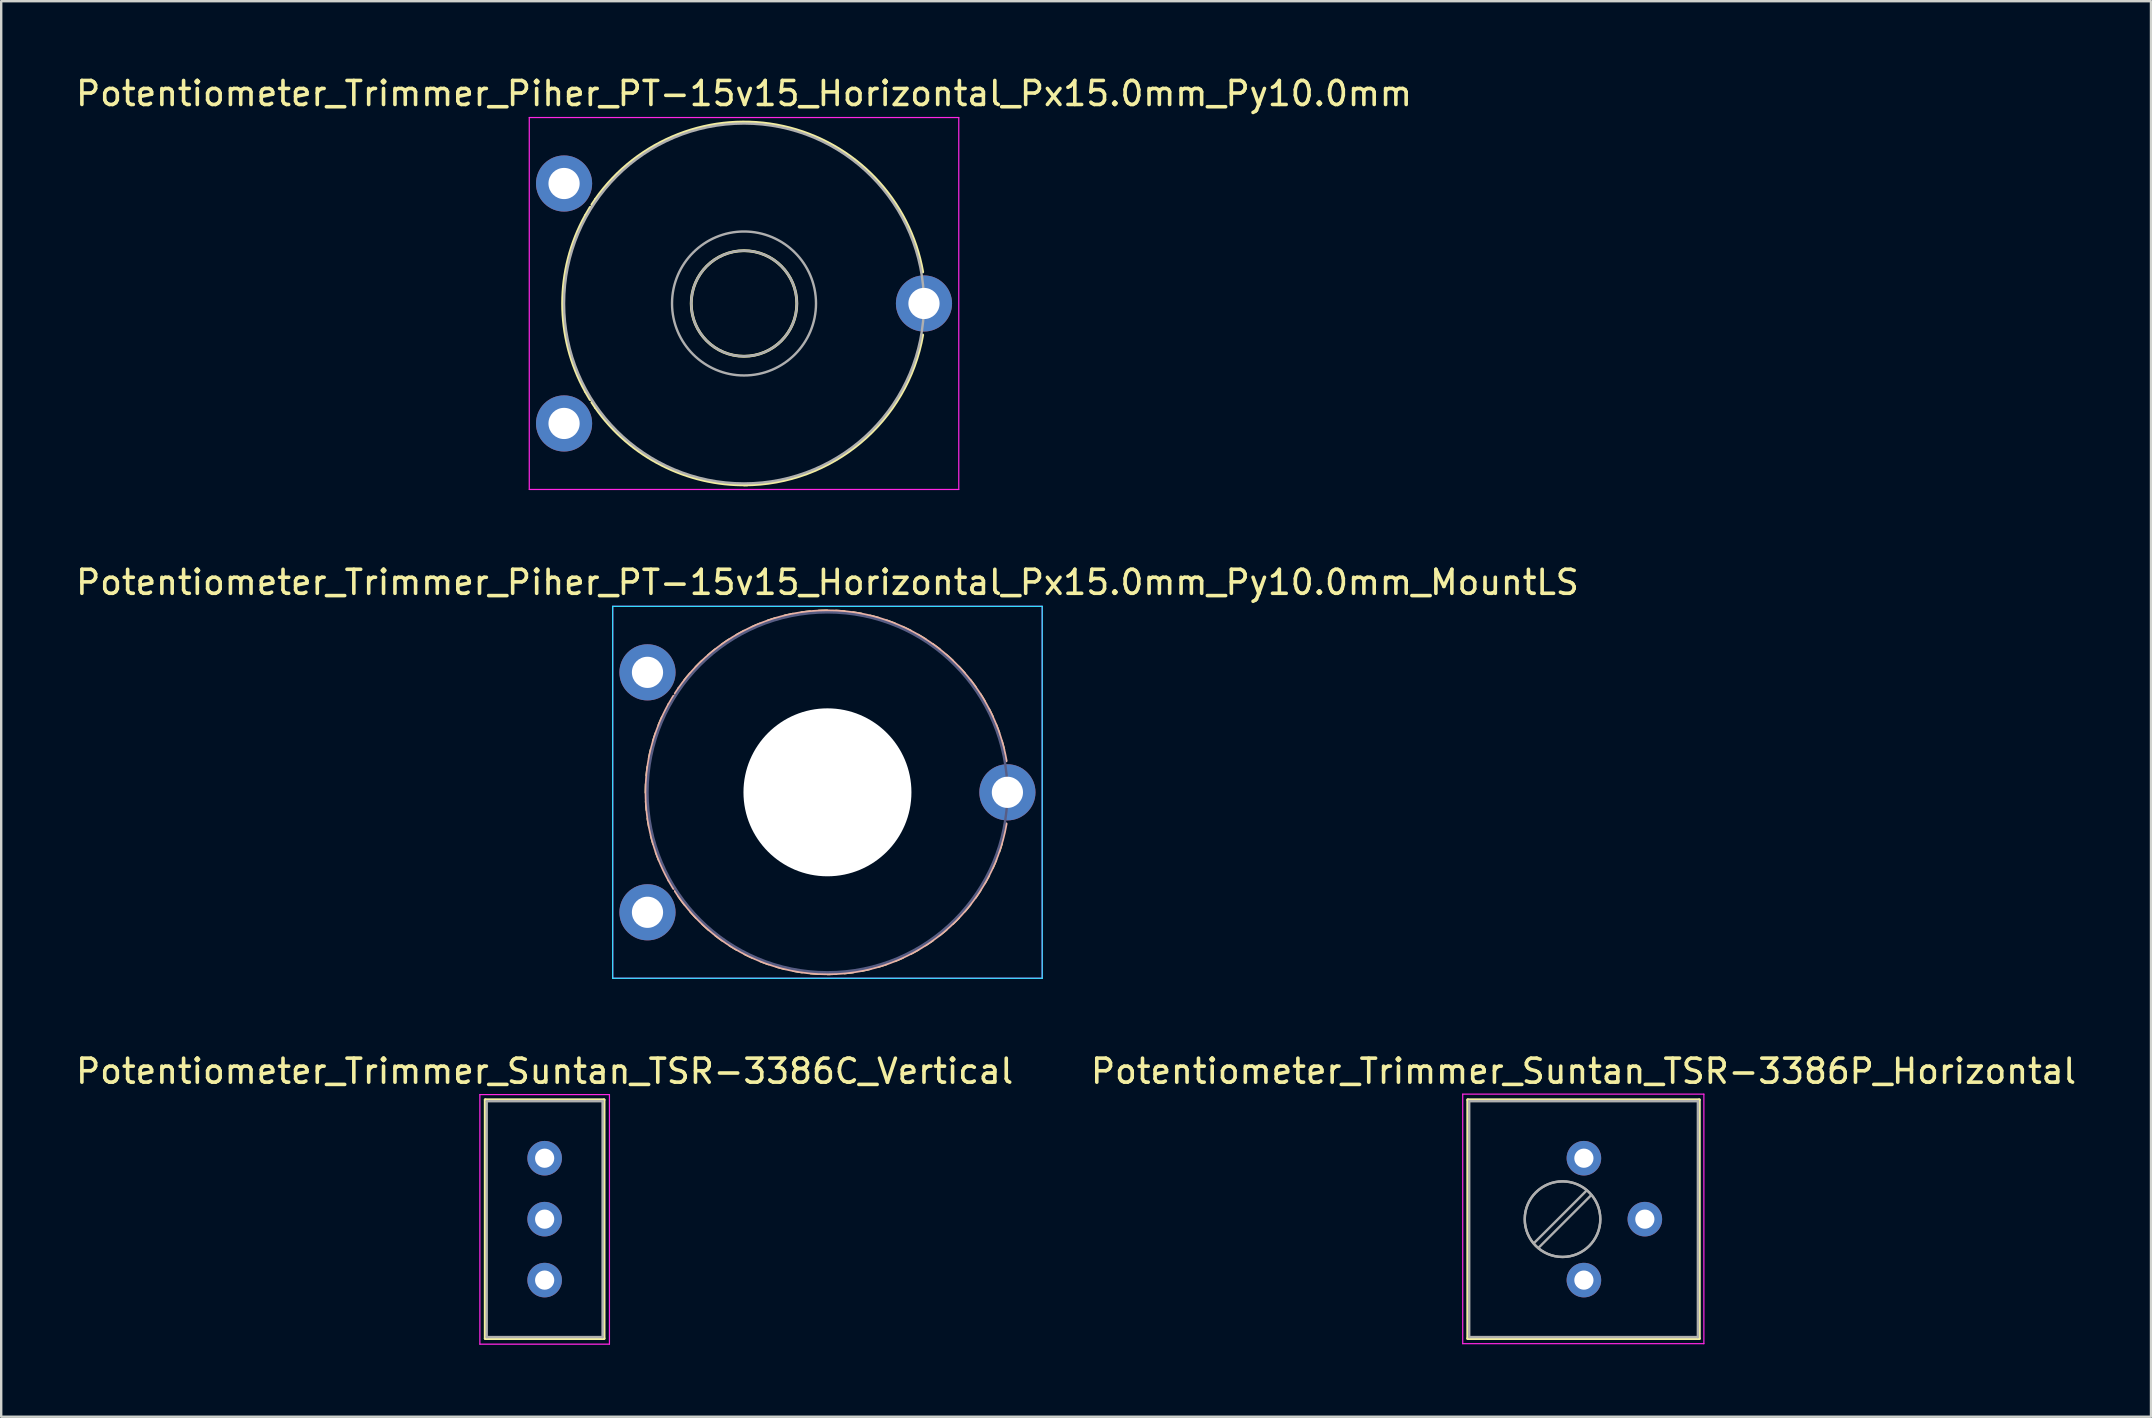
<source format=kicad_pcb>
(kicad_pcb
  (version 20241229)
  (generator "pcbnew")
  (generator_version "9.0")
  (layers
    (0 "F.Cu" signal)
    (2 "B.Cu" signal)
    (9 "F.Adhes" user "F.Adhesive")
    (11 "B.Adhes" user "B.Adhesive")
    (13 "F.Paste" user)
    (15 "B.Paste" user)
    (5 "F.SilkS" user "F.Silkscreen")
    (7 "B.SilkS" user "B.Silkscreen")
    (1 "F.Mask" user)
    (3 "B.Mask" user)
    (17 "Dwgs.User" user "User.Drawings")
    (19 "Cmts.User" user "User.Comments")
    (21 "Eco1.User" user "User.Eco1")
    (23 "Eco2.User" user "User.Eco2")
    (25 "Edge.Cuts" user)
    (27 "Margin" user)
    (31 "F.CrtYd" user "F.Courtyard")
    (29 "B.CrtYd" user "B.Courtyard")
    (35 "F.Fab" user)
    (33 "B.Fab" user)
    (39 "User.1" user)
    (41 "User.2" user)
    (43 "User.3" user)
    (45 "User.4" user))
  (footprint "Potentiometer_Trimmer_Piher_PT-15v15_Horizontal_Px15.0mm_Py10.0mm_MountLS"
    (layer "F.Cu")
    (at 23.935 34.971)
    (property "Reference" "Potentiometer_Trimmer_Piher_PT-15v15_Horizontal_Px15.0mm_Py10.0mm_MountLS" (at 7.5 -13.75 0) (layer "F.SilkS") (effects (font (size 1 1) (thickness 0.15))))
    (attr through_hole)
    (fp_arc (start -0.060867 -4.988822) (mid -0.059032 -5.166957) (end -0.053 -5.345) (stroke (width 0.12) (type solid)) (layer "F.SilkS"))
    (fp_arc (start -0.026718 -5.708229) (mid -0.007943 -5.88536) (end 0.015 -6.062) (stroke (width 0.12) (type solid)) (layer "F.SilkS"))
    (fp_arc (start -0.024953 -4.269715) (mid -0.04007 -4.447204) (end -0.051 -4.625) (stroke (width 0.12) (type solid)) (layer "F.SilkS"))
    (fp_arc (start 0.074828 -6.420804) (mid 0.110363 -6.595345) (end 0.15 -6.769) (stroke (width 0.12) (type solid)) (layer "F.SilkS"))
    (fp_arc (start 0.079697 -3.557855) (mid 0.04778 -3.733076) (end 0.02 -3.909) (stroke (width 0.12) (type solid)) (layer "F.SilkS"))
    (fp_arc (start 0.244053 -7.120552) (mid 0.296027 -7.290912) (end 0.352 -7.46) (stroke (width 0.12) (type solid)) (layer "F.SilkS"))
    (fp_arc (start 0.249802 -2.859092) (mid 0.201375 -3.030499) (end 0.157 -3.203) (stroke (width 0.12) (type solid)) (layer "F.SilkS"))
    (fp_arc (start 0.478291 -7.800341) (mid 0.546215 -7.964993) (end 0.618 -8.128) (stroke (width 0.12) (type solid)) (layer "F.SilkS"))
    (fp_arc (start 0.486126 -2.178469) (mid 0.421598 -2.344497) (end 0.361 -2.512) (stroke (width 0.12) (type solid)) (layer "F.SilkS"))
    (fp_arc (start 1.552598 -9.666019) (mid 1.664179 -9.804843) (end 1.779 -9.941) (stroke (width 0.12) (type solid)) (layer "F.SilkS"))
    (fp_arc (start 1.566046 -0.316273) (mid 1.457346 -0.457376) (end 1.352 -0.601) (stroke (width 0.12) (type solid)) (layer "F.SilkS"))
    (fp_arc (start 2.023411 -10.211803) (mid 2.14772 -10.339383) (end 2.275 -10.464) (stroke (width 0.12) (type solid)) (layer "F.SilkS"))
    (fp_arc (start 2.038166 0.22709) (mid 1.916533 0.09696) (end 1.798 -0.036) (stroke (width 0.12) (type solid)) (layer "F.SilkS"))
    (fp_arc (start 2.543574 -10.708858) (mid 2.679449 -10.824046) (end 2.818 -10.936) (stroke (width 0.12) (type solid)) (layer "F.SilkS"))
    (fp_arc (start 2.560109 0.723054) (mid 2.426646 0.605083) (end 2.296 0.484) (stroke (width 0.12) (type solid)) (layer "F.SilkS"))
    (fp_arc (start 3.109233 -11.153998) (mid 3.255438 -11.255735) (end 3.404 -11.354) (stroke (width 0.12) (type solid)) (layer "F.SilkS"))
    (fp_arc (start 3.126644 1.166859) (mid 2.982568 1.062112) (end 2.841 0.954) (stroke (width 0.12) (type solid)) (layer "F.SilkS"))
    (fp_arc (start 3.714536 -11.543945) (mid 3.86976 -11.631313) (end 4.027 -11.715) (stroke (width 0.12) (type solid)) (layer "F.SilkS"))
    (fp_arc (start 3.732589 1.554746) (mid 3.579206 1.464167) (end 3.428 1.37) (stroke (width 0.12) (type solid)) (layer "F.SilkS"))
    (fp_arc (start 4.353678 -11.874419) (mid 4.516511 -11.946637) (end 4.681 -12.015) (stroke (width 0.12) (type solid)) (layer "F.SilkS"))
    (fp_arc (start 4.37276 1.882954) (mid 4.211467 1.807366) (end 4.052 1.728) (stroke (width 0.12) (type solid)) (layer "F.SilkS"))
    (fp_arc (start 5.021806 -12.14219) (mid 5.190762 -12.198593) (end 5.361 -12.251) (stroke (width 0.12) (type solid)) (layer "F.SilkS"))
    (fp_arc (start 5.041071 2.149769) (mid 4.873306 2.089853) (end 4.707 2.026) (stroke (width 0.12) (type solid)) (layer "F.SilkS"))
    (fp_arc (start 5.711975 -12.345927) (mid 5.885539 -12.386013) (end 6.06 -12.422) (stroke (width 0.12) (type solid)) (layer "F.SilkS"))
    (fp_arc (start 5.73229 2.35043) (mid 5.559606 2.306743) (end 5.388 2.259) (stroke (width 0.12) (type solid)) (layer "F.SilkS"))
    (fp_arc (start 6.418332 -12.482353) (mid 6.594915 -12.50576) (end 6.772 -12.525) (stroke (width 0.12) (type solid)) (layer "F.SilkS"))
    (fp_arc (start 6.439427 2.485269) (mid 6.26337 2.458204) (end 6.088 2.427) (stroke (width 0.12) (type solid)) (layer "F.SilkS"))
    (fp_arc (start 7.134885 -12.551183) (mid 7.312891 -12.557689) (end 7.491 -12.56) (stroke (width 0.12) (type solid)) (layer "F.SilkS"))
    (fp_arc (start 7.156393 2.55257) (mid 6.978552 2.542378) (end 6.801 2.528) (stroke (width 0.12) (type solid)) (layer "F.SilkS"))
    (fp_arc (start 7.854642 -12.55209) (mid 8.032469 -12.541639) (end 8.21 -12.527) (stroke (width 0.12) (type solid)) (layer "F.SilkS"))
    (fp_arc (start 7.856125 2.551607) (mid 7.678112 2.557901) (end 7.5 2.56) (stroke (width 0.12) (type solid)) (layer "F.SilkS"))
    (fp_arc (start 8.570609 -12.484742) (mid 8.746651 -12.457441) (end 8.922 -12.426) (stroke (width 0.12) (type solid)) (layer "F.SilkS"))
    (fp_arc (start 8.572725 2.483776) (mid 8.396111 2.506972) (end 8.219 2.526) (stroke (width 0.12) (type solid)) (layer "F.SilkS"))
    (fp_arc (start 9.277793 -12.348904) (mid 9.450438 -12.30498) (end 9.622 -12.257) (stroke (width 0.12) (type solid)) (layer "F.SilkS"))
    (fp_arc (start 9.280129 2.348302) (mid 9.10651 2.388202) (end 8.932 2.424) (stroke (width 0.12) (type solid)) (layer "F.SilkS"))
    (fp_arc (start 9.968108 -12.146197) (mid 10.135786 -12.086065) (end 10.302 -12.022) (stroke (width 0.12) (type solid)) (layer "F.SilkS"))
    (fp_arc (start 9.970345 2.145563) (mid 9.801311 2.20178) (end 9.631 2.254) (stroke (width 0.12) (type solid)) (layer "F.SilkS"))
    (fp_arc (start 10.636419 -11.879383) (mid 10.797625 -11.80358) (end 10.957 -11.724) (stroke (width 0.12) (type solid)) (layer "F.SilkS"))
    (fp_arc (start 10.63852 1.878792) (mid 10.475586 1.950826) (end 10.311 2.019) (stroke (width 0.12) (type solid)) (layer "F.SilkS"))
    (fp_arc (start 11.276637 -11.550175) (mid 11.429909 -11.45938) (end 11.581 -11.365) (stroke (width 0.12) (type solid)) (layer "F.SilkS"))
    (fp_arc (start 11.278661 1.54827) (mid 11.123336 1.635477) (end 10.966 1.719) (stroke (width 0.12) (type solid)) (layer "F.SilkS"))
    (fp_arc (start 11.882629 -11.16129) (mid 12.026571 -11.056326) (end 12.168 -10.948) (stroke (width 0.12) (type solid)) (layer "F.SilkS"))
    (fp_arc (start 11.884011 1.159322) (mid 11.737682 1.260899) (end 11.589 1.359) (stroke (width 0.12) (type solid)) (layer "F.SilkS"))
    (fp_arc (start 12.448212 -10.716439) (mid 12.581517 -10.598274) (end 12.712 -10.477) (stroke (width 0.12) (type solid)) (layer "F.SilkS"))
    (fp_arc (start 12.449717 0.715181) (mid 12.313695 0.830209) (end 12.175 0.942) (stroke (width 0.12) (type solid)) (layer "F.SilkS"))
    (fp_arc (start 12.96925 -10.21843) (mid 13.090677 -10.088127) (end 13.209 -9.955) (stroke (width 0.12) (type solid)) (layer "F.SilkS"))
    (fp_arc (start 12.970879 0.218079) (mid 12.846424 0.345523) (end 12.719 0.47) (stroke (width 0.12) (type solid)) (layer "F.SilkS"))
    (fp_arc (start 13.44137 -9.675067) (mid 13.549864 -9.533792) (end 13.655 -9.39) (stroke (width 0.12) (type solid)) (layer "F.SilkS"))
    (fp_arc (start 13.442784 -0.325754) (mid 13.331011 -0.187041) (end 13.216 -0.051) (stroke (width 0.12) (type solid)) (layer "F.SilkS"))
    (fp_arc (start 13.858437 -9.089063) (mid 13.95301 -8.938125) (end 14.044 -8.785) (stroke (width 0.12) (type solid)) (layer "F.SilkS"))
    (fp_arc (start 13.859629 -0.912041) (mid 13.761553 -0.763345) (end 13.66 -0.617) (stroke (width 0.12) (type solid)) (layer "F.SilkS"))
    (fp_arc (start 14.219171 -8.466364) (mid 14.298973 -8.3071) (end 14.375 -8.146) (stroke (width 0.12) (type solid)) (layer "F.SilkS"))
    (fp_arc (start 14.219698 -1.534694) (mid 14.136191 -1.377341) (end 14.049 -1.222) (stroke (width 0.12) (type solid)) (layer "F.SilkS"))
    (fp_arc (start 14.518341 -7.81173) (mid 14.582637 -7.645599) (end 14.643 -7.478) (stroke (width 0.12) (type solid)) (layer "F.SilkS"))
    (fp_arc (start 14.519183 -2.189529) (mid 14.451021 -2.024939) (end 14.379 -1.862) (stroke (width 0.12) (type solid)) (layer "F.SilkS"))
    (fp_arc (start 14.753666 -7.13106) (mid 14.80186 -6.959574) (end 14.846 -6.787) (stroke (width 0.12) (type solid)) (layer "F.SilkS"))
    (fp_arc (start 14.75442 -2.869365) (mid 14.702209 -2.699044) (end 14.646 -2.53) (stroke (width 0.12) (type solid)) (layer "F.SilkS"))
    (fp_arc (start 0.888607 -1.335708) (mid -0.058939 -5.000405) (end 0.889 -8.665) (stroke (width 0.12) (type solid)) (layer "B.SilkS"))
    (fp_arc (start 0.889127 -8.665036) (mid 0.987332 -8.836833) (end 1.09 -9.006) (stroke (width 0.12) (type solid)) (layer "B.SilkS"))
    (fp_arc (start 1.088873 -0.993977) (mid 0.986204 -1.163174) (end 0.888 -1.335) (stroke (width 0.12) (type solid)) (layer "B.SilkS"))
    (fp_arc (start 1.160448 -9.117261) (mid 1.23327 -9.227274) (end 1.308 -9.336) (stroke (width 0.12) (type solid)) (layer "B.SilkS"))
    (fp_arc (start 1.307159 -9.337393) (mid 9.137331 -12.381288) (end 14.946 -6.312) (stroke (width 0.12) (type solid)) (layer "B.SilkS"))
    (fp_arc (start 1.307543 -0.664245) (mid 1.232817 -0.772979) (end 1.16 -0.883) (stroke (width 0.12) (type solid)) (layer "B.SilkS"))
    (fp_arc (start 7.631625 2.55889) (mid 4.067534 1.735898) (end 1.307 -0.664) (stroke (width 0.12) (type solid)) (layer "B.SilkS"))
    (fp_arc (start 14.945147 -3.68722) (mid 12.359475 0.791296) (end 7.5 2.56) (stroke (width 0.12) (type solid)) (layer "B.SilkS"))
    (fp_line (start -1.45 -12.75) (end -1.45 2.75) (stroke (width 0.05) (type solid)) (layer "B.CrtYd"))
    (fp_line (start -1.45 2.75) (end 16.45 2.75) (stroke (width 0.05) (type solid)) (layer "B.CrtYd"))
    (fp_line (start 16.45 -12.75) (end -1.45 -12.75) (stroke (width 0.05) (type solid)) (layer "B.CrtYd"))
    (fp_line (start 16.45 2.75) (end 16.45 -12.75) (stroke (width 0.05) (type solid)) (layer "B.CrtYd"))
    (fp_line (start -1.45 -12.75) (end -1.45 2.75) (stroke (width 0.05) (type solid)) (layer "F.CrtYd"))
    (fp_line (start -1.45 2.75) (end 16.45 2.75) (stroke (width 0.05) (type solid)) (layer "F.CrtYd"))
    (fp_line (start 16.45 -12.75) (end -1.45 -12.75) (stroke (width 0.05) (type solid)) (layer "F.CrtYd"))
    (fp_line (start 16.45 2.75) (end 16.45 -12.75) (stroke (width 0.05) (type solid)) (layer "F.CrtYd"))
    (fp_circle (center 7.5 -5) (end 9.7 -5) (stroke (width 0.1) (type solid)) (fill no) (layer "B.Fab"))
    (fp_circle (center 7.5 -5) (end 10.5 -5) (stroke (width 0.1) (type solid)) (fill no) (layer "B.Fab"))
    (fp_circle (center 7.5 -5) (end 15 -5) (stroke (width 0.1) (type solid)) (fill no) (layer "B.Fab"))
    (pad "" np_thru_hole circle (at 7.5 -5) (size 7 7) (drill 7) (layers "*.Cu" "*.Mask"))
    (pad "1" thru_hole circle (at 0 0) (size 2.34 2.34) (drill 1.3) (layers "*.Cu" "*.Mask"))
    (pad "2" thru_hole circle (at 15 -5) (size 2.34 2.34) (drill 1.3) (layers "*.Cu" "*.Mask"))
    (pad "3" thru_hole circle (at 0 -10) (size 2.34 2.34) (drill 1.3) (layers "*.Cu" "*.Mask")))
  (footprint "Potentiometer_Trimmer_Suntan_TSR-3386C_Vertical"
    (layer "F.Cu")
    (at 19.649 45.22)
    (property "Reference" "Potentiometer_Trimmer_Suntan_TSR-3386C_Vertical" (at 0 -3.625 0) (layer "F.SilkS") (effects (font (size 1 1) (thickness 0.15))))
    (attr through_hole)
    (fp_line (start -2.475 -2.435) (end -2.475 7.515) (stroke (width 0.12) (type solid)) (layer "F.SilkS"))
    (fp_line (start -2.475 -2.435) (end 2.475 -2.435) (stroke (width 0.12) (type solid)) (layer "F.SilkS"))
    (fp_line (start -2.475 7.515) (end 2.475 7.515) (stroke (width 0.12) (type solid)) (layer "F.SilkS"))
    (fp_line (start 2.475 -2.435) (end 2.475 7.515) (stroke (width 0.12) (type solid)) (layer "F.SilkS"))
    (fp_line (start -2.7 -2.65) (end -2.7 7.75) (stroke (width 0.05) (type solid)) (layer "F.CrtYd"))
    (fp_line (start -2.7 7.75) (end 2.7 7.75) (stroke (width 0.05) (type solid)) (layer "F.CrtYd"))
    (fp_line (start 2.7 -2.65) (end -2.7 -2.65) (stroke (width 0.05) (type solid)) (layer "F.CrtYd"))
    (fp_line (start 2.7 7.75) (end 2.7 -2.65) (stroke (width 0.05) (type solid)) (layer "F.CrtYd"))
    (fp_line (start -2.415 -2.375) (end 2.415 -2.375) (stroke (width 0.1) (type solid)) (layer "F.Fab"))
    (fp_line (start -2.415 7.455) (end -2.415 -2.375) (stroke (width 0.1) (type solid)) (layer "F.Fab"))
    (fp_line (start 2.415 -2.375) (end 2.415 7.455) (stroke (width 0.1) (type solid)) (layer "F.Fab"))
    (fp_line (start 2.415 7.455) (end -2.415 7.455) (stroke (width 0.1) (type solid)) (layer "F.Fab"))
    (pad "1" thru_hole circle (at 0 0) (size 1.44 1.44) (drill 0.8) (layers "*.Cu" "*.Mask"))
    (pad "2" thru_hole circle (at 0 2.54) (size 1.44 1.44) (drill 0.8) (layers "*.Cu" "*.Mask"))
    (pad "3" thru_hole circle (at 0 5.08) (size 1.44 1.44) (drill 0.8) (layers "*.Cu" "*.Mask")))
  (footprint "Potentiometer_Trimmer_Suntan_TSR-3386P_Horizontal"
    (layer "F.Cu")
    (at 62.961 50.3)
    (property "Reference" "Potentiometer_Trimmer_Suntan_TSR-3386P_Horizontal" (at -0.015 -8.705 0) (layer "F.SilkS") (effects (font (size 1 1) (thickness 0.15))))
    (attr through_hole)
    (fp_line (start -4.84 -7.515) (end -4.84 2.435) (stroke (width 0.12) (type solid)) (layer "F.SilkS"))
    (fp_line (start -4.84 -7.515) (end 4.81 -7.515) (stroke (width 0.12) (type solid)) (layer "F.SilkS"))
    (fp_line (start -4.84 2.435) (end 4.81 2.435) (stroke (width 0.12) (type solid)) (layer "F.SilkS"))
    (fp_line (start 4.81 -7.515) (end 4.81 2.435) (stroke (width 0.12) (type solid)) (layer "F.SilkS"))
    (fp_line (start -5.05 -7.75) (end -5.05 2.65) (stroke (width 0.05) (type solid)) (layer "F.CrtYd"))
    (fp_line (start -5.05 2.65) (end 5 2.65) (stroke (width 0.05) (type solid)) (layer "F.CrtYd"))
    (fp_line (start 5 -7.75) (end -5.05 -7.75) (stroke (width 0.05) (type solid)) (layer "F.CrtYd"))
    (fp_line (start 5 2.65) (end 5 -7.75) (stroke (width 0.05) (type solid)) (layer "F.CrtYd"))
    (fp_line (start -4.78 -7.455) (end -4.78 2.375) (stroke (width 0.1) (type solid)) (layer "F.Fab"))
    (fp_line (start -4.78 2.375) (end 4.75 2.375) (stroke (width 0.1) (type solid)) (layer "F.Fab"))
    (fp_line (start 0.113 -3.734) (end -2.085 -1.537) (stroke (width 0.1) (type solid)) (layer "F.Fab"))
    (fp_line (start 0.305 -3.542) (end -1.893 -1.345) (stroke (width 0.1) (type solid)) (layer "F.Fab"))
    (fp_line (start 4.75 -7.455) (end -4.78 -7.455) (stroke (width 0.1) (type solid)) (layer "F.Fab"))
    (fp_line (start 4.75 2.375) (end 4.75 -7.455) (stroke (width 0.1) (type solid)) (layer "F.Fab"))
    (fp_circle (center -0.891 -2.54) (end 0.684 -2.54) (stroke (width 0.1) (type solid)) (fill no) (layer "F.Fab"))
    (fp_circle (center -0.89 -2.54) (end 0.685 -2.54) (stroke (width 0.1) (type solid)) (fill no) (layer "F.Fab"))
    (pad "1" thru_hole circle (at 0 0) (size 1.44 1.44) (drill 0.8) (layers "*.Cu" "*.Mask"))
    (pad "2" thru_hole circle (at 2.54 -2.54) (size 1.44 1.44) (drill 0.8) (layers "*.Cu" "*.Mask"))
    (pad "3" thru_hole circle (at 0 -5.08) (size 1.44 1.44) (drill 0.8) (layers "*.Cu" "*.Mask")))
  (footprint "Potentiometer_Trimmer_Piher_PT-15v15_Horizontal_Px15.0mm_Py10.0mm"
    (layer "F.Cu")
    (at 20.458 14.598)
    (property "Reference" "Potentiometer_Trimmer_Piher_PT-15v15_Horizontal_Px15.0mm_Py10.0mm" (at 7.5 -13.75 0) (layer "F.SilkS") (effects (font (size 1 1) (thickness 0.15))))
    (attr through_hole)
    (fp_arc (start 0.888607 -1.335708) (mid -0.058939 -5.000405) (end 0.889 -8.665) (stroke (width 0.12) (type solid)) (layer "F.SilkS"))
    (fp_arc (start 0.889127 -8.665036) (mid 0.987332 -8.836833) (end 1.09 -9.006) (stroke (width 0.12) (type solid)) (layer "F.SilkS"))
    (fp_arc (start 1.088873 -0.993977) (mid 0.986204 -1.163174) (end 0.888 -1.335) (stroke (width 0.12) (type solid)) (layer "F.SilkS"))
    (fp_arc (start 1.160448 -9.117261) (mid 1.23327 -9.227274) (end 1.308 -9.336) (stroke (width 0.12) (type solid)) (layer "F.SilkS"))
    (fp_arc (start 1.307159 -9.337393) (mid 9.137331 -12.381288) (end 14.946 -6.312) (stroke (width 0.12) (type solid)) (layer "F.SilkS"))
    (fp_arc (start 1.307543 -0.664245) (mid 1.232817 -0.772979) (end 1.16 -0.883) (stroke (width 0.12) (type solid)) (layer "F.SilkS"))
    (fp_arc (start 7.631625 2.55889) (mid 4.067534 1.735898) (end 1.307 -0.664) (stroke (width 0.12) (type solid)) (layer "F.SilkS"))
    (fp_arc (start 14.945147 -3.68722) (mid 12.359475 0.791296) (end 7.5 2.56) (stroke (width 0.12) (type solid)) (layer "F.SilkS"))
    (fp_circle (center 7.5 -5) (end 9.7 -5) (stroke (width 0.12) (type solid)) (fill no) (layer "F.SilkS"))
    (fp_line (start -1.45 -12.75) (end -1.45 2.75) (stroke (width 0.05) (type solid)) (layer "F.CrtYd"))
    (fp_line (start -1.45 2.75) (end 16.45 2.75) (stroke (width 0.05) (type solid)) (layer "F.CrtYd"))
    (fp_line (start 16.45 -12.75) (end -1.45 -12.75) (stroke (width 0.05) (type solid)) (layer "F.CrtYd"))
    (fp_line (start 16.45 2.75) (end 16.45 -12.75) (stroke (width 0.05) (type solid)) (layer "F.CrtYd"))
    (fp_circle (center 7.5 -5) (end 9.7 -5) (stroke (width 0.1) (type solid)) (fill no) (layer "F.Fab"))
    (fp_circle (center 7.5 -5) (end 10.5 -5) (stroke (width 0.1) (type solid)) (fill no) (layer "F.Fab"))
    (fp_circle (center 7.5 -5) (end 15 -5) (stroke (width 0.1) (type solid)) (fill no) (layer "F.Fab"))
    (pad "1" thru_hole circle (at 0 0) (size 2.34 2.34) (drill 1.3) (layers "*.Cu" "*.Mask"))
    (pad "2" thru_hole circle (at 15 -5) (size 2.34 2.34) (drill 1.3) (layers "*.Cu" "*.Mask"))
    (pad "3" thru_hole circle (at 0 -10) (size 2.34 2.34) (drill 1.3) (layers "*.Cu" "*.Mask")))
  (gr_rect
    (start -3 -3)
    (end 86.595 55.995)
    (stroke (width 0.1) (type default))
    (fill no)
    (layer "Edge.Cuts")))
</source>
